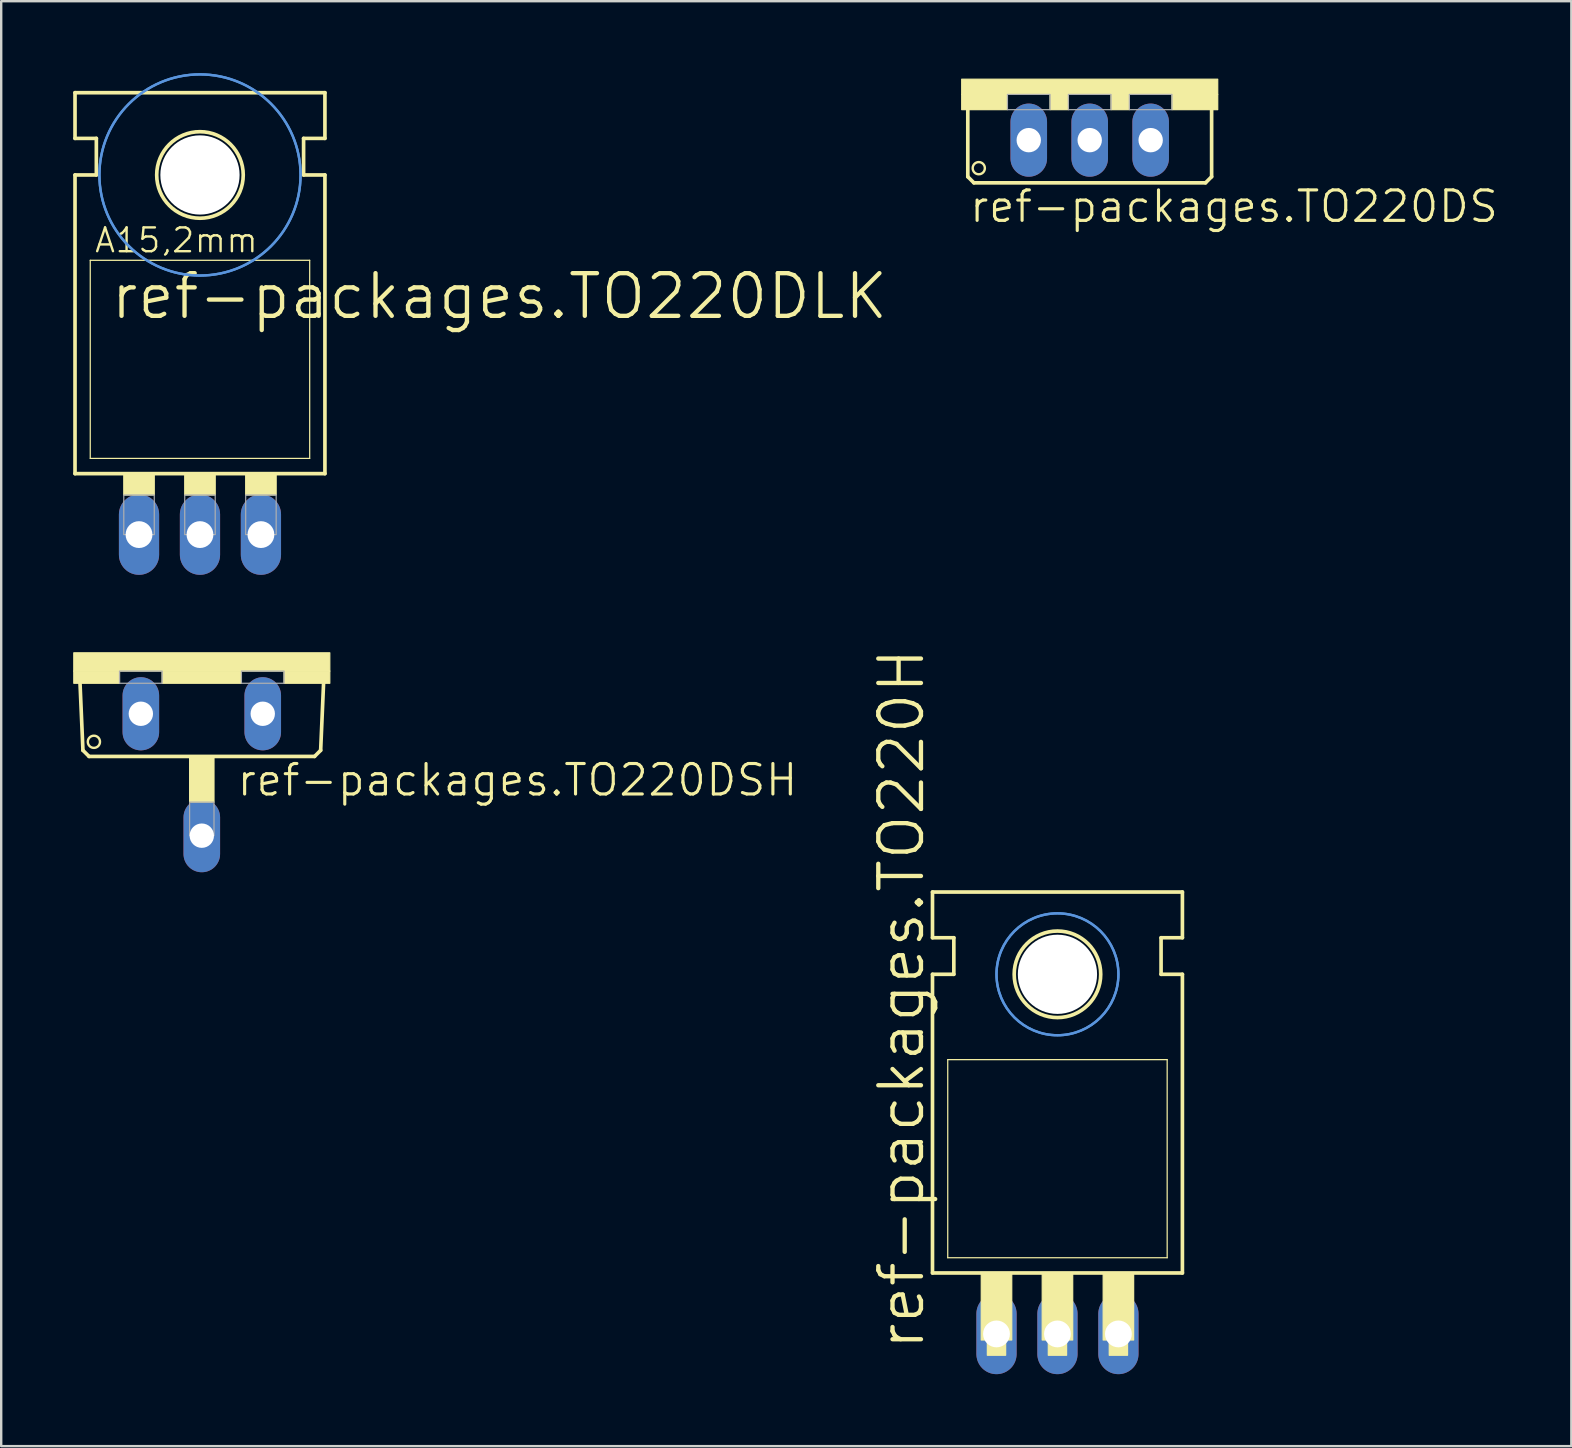
<source format=kicad_pcb>
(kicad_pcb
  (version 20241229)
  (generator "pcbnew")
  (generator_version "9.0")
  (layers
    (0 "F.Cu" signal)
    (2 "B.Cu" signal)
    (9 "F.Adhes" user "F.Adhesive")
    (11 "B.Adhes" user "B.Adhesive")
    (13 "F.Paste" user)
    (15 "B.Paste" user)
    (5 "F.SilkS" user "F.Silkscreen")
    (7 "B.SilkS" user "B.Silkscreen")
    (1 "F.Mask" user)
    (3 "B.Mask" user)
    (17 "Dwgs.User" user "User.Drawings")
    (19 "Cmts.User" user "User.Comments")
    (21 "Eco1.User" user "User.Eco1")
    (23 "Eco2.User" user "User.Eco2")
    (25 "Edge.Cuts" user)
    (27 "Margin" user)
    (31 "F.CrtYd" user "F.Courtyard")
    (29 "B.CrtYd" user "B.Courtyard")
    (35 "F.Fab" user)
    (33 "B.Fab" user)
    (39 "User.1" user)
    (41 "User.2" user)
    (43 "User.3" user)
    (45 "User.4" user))
  (footprint "ref-packages.TO220DSH"
    (layer "F.Cu")
    (at 5.359 24.153)
    (property "Reference" "ref-packages.TO220DSH" (at 1.397 6.045 0) (layer "F.SilkS") (effects (font (size 1.27 1.27) (thickness 0.13)) (justify left bottom)))
    (attr through_hole)
    (fp_line (start -4.953 4.064) (end -5.08 1.143) (stroke (width 0.152) (type default)) (layer "F.SilkS"))
    (fp_line (start -4.953 4.064) (end -4.699 4.318) (stroke (width 0.152) (type default)) (layer "F.SilkS"))
    (fp_line (start 4.699 4.318) (end -4.699 4.318) (stroke (width 0.152) (type default)) (layer "F.SilkS"))
    (fp_line (start 4.699 4.318) (end 4.953 4.064) (stroke (width 0.152) (type default)) (layer "F.SilkS"))
    (fp_line (start 5.08 1.143) (end 4.953 4.064) (stroke (width 0.152) (type default)) (layer "F.SilkS"))
    (fp_rect (start -5.334 0.762) (end 5.334 0) (stroke (width 0.05) (type default)) (fill yes) (layer "F.SilkS"))
    (fp_rect (start -5.334 1.27) (end -3.429 0.762) (stroke (width 0.05) (type default)) (fill yes) (layer "F.SilkS"))
    (fp_rect (start -1.651 1.27) (end 1.651 0.762) (stroke (width 0.05) (type default)) (fill yes) (layer "F.SilkS"))
    (fp_rect (start -0.508 6.223) (end 0.508 4.318) (stroke (width 0.05) (type default)) (fill yes) (layer "F.SilkS"))
    (fp_rect (start 3.429 1.27) (end 5.334 0.762) (stroke (width 0.05) (type default)) (fill yes) (layer "F.SilkS"))
    (fp_circle (center -4.496 3.708) (end -4.242 3.708) (stroke (width 0.1) (type default)) (fill no) (layer "F.SilkS"))
    (fp_rect (start -3.429 1.27) (end -1.651 0.762) (stroke (width 0.05) (type default)) (fill no) (layer "F.Fab"))
    (fp_rect (start -0.508 7.62) (end 0.508 6.223) (stroke (width 0.05) (type default)) (fill no) (layer "F.Fab"))
    (fp_rect (start 1.651 1.27) (end 3.429 0.762) (stroke (width 0.05) (type default)) (fill no) (layer "F.Fab"))
    (pad "A1" thru_hole oval (at -2.54 2.54 90) (size 3.048 1.524) (drill 1.016) (layers "*.Cu" "*.Mask"))
    (pad "A2" thru_hole oval (at 0 7.62 90) (size 3.048 1.524) (drill 1.016) (layers "*.Cu" "*.Mask"))
    (pad "G" thru_hole oval (at 2.54 2.54 90) (size 3.048 1.524) (drill 1.016) (layers "*.Cu" "*.Mask")))
  (footprint "ref-packages.TO220DS"
    (layer "F.Cu")
    (at 42.359 0.25)
    (property "Reference" "ref-packages.TO220DS" (at -5.08 6.045 0) (layer "F.SilkS") (effects (font (size 1.27 1.27) (thickness 0.13)) (justify left bottom)))
    (attr through_hole)
    (fp_line (start -5.08 4.064) (end -5.08 1.143) (stroke (width 0.152) (type default)) (layer "F.SilkS"))
    (fp_line (start -5.08 4.064) (end -4.826 4.318) (stroke (width 0.152) (type default)) (layer "F.SilkS"))
    (fp_line (start 4.826 4.318) (end -4.826 4.318) (stroke (width 0.152) (type default)) (layer "F.SilkS"))
    (fp_line (start 4.826 4.318) (end 5.08 4.064) (stroke (width 0.152) (type default)) (layer "F.SilkS"))
    (fp_line (start 5.08 1.143) (end 5.08 4.064) (stroke (width 0.152) (type default)) (layer "F.SilkS"))
    (fp_rect (start -5.334 0.635) (end 5.334 0) (stroke (width 0.05) (type default)) (fill yes) (layer "F.SilkS"))
    (fp_rect (start -5.334 1.27) (end -3.429 0.635) (stroke (width 0.05) (type default)) (fill yes) (layer "F.SilkS"))
    (fp_rect (start -1.651 1.27) (end -0.889 0.635) (stroke (width 0.05) (type default)) (fill yes) (layer "F.SilkS"))
    (fp_rect (start 0.889 1.27) (end 1.651 0.635) (stroke (width 0.05) (type default)) (fill yes) (layer "F.SilkS"))
    (fp_rect (start 3.429 1.27) (end 5.334 0.635) (stroke (width 0.05) (type default)) (fill yes) (layer "F.SilkS"))
    (fp_circle (center -4.623 3.708) (end -4.369 3.708) (stroke (width 0.1) (type default)) (fill no) (layer "F.SilkS"))
    (fp_rect (start -3.429 1.27) (end -1.651 0.635) (stroke (width 0.05) (type default)) (fill no) (layer "F.Fab"))
    (fp_rect (start -0.889 1.27) (end 0.889 0.635) (stroke (width 0.05) (type default)) (fill no) (layer "F.Fab"))
    (fp_rect (start 1.651 1.27) (end 3.429 0.635) (stroke (width 0.05) (type default)) (fill no) (layer "F.Fab"))
    (pad "A1" thru_hole oval (at -2.54 2.54 90) (size 3.048 1.524) (drill 1.016) (layers "*.Cu" "*.Mask"))
    (pad "A2" thru_hole oval (at 0 2.54 90) (size 3.048 1.524) (drill 1.016) (layers "*.Cu" "*.Mask"))
    (pad "G" thru_hole oval (at 2.54 2.54 90) (size 3.048 1.524) (drill 1.016) (layers "*.Cu" "*.Mask")))
  (footprint "ref-packages.TO220DLK"
    (layer "F.Cu")
    (at 5.283 15.417)
    (property "Reference" "ref-packages.TO220DLK" (at -3.81 -5.08 0) (layer "F.SilkS") (effects (font (size 1.778 1.778) (thickness 0.18)) (justify left bottom)))
    (attr through_hole)
    (fp_line (start -5.207 -12.7) (end -5.207 -14.605) (stroke (width 0.152) (type default)) (layer "F.SilkS"))
    (fp_line (start -5.207 -11.176) (end -4.318 -11.176) (stroke (width 0.152) (type default)) (layer "F.SilkS"))
    (fp_line (start -5.207 1.27) (end -5.207 -11.176) (stroke (width 0.152) (type default)) (layer "F.SilkS"))
    (fp_line (start -5.207 1.27) (end 5.207 1.27) (stroke (width 0.152) (type default)) (layer "F.SilkS"))
    (fp_line (start -4.572 0.635) (end -4.572 -7.62) (stroke (width 0.051) (type default)) (layer "F.SilkS"))
    (fp_line (start -4.572 0.635) (end 4.572 0.635) (stroke (width 0.051) (type default)) (layer "F.SilkS"))
    (fp_line (start -4.318 -12.7) (end -5.207 -12.7) (stroke (width 0.152) (type default)) (layer "F.SilkS"))
    (fp_line (start -4.318 -11.176) (end -4.318 -12.7) (stroke (width 0.152) (type default)) (layer "F.SilkS"))
    (fp_line (start 4.318 -12.7) (end 5.207 -12.7) (stroke (width 0.152) (type default)) (layer "F.SilkS"))
    (fp_line (start 4.318 -11.176) (end 4.318 -12.7) (stroke (width 0.152) (type default)) (layer "F.SilkS"))
    (fp_line (start 4.572 -7.62) (end -4.572 -7.62) (stroke (width 0.051) (type default)) (layer "F.SilkS"))
    (fp_line (start 4.572 -7.62) (end 4.572 0.635) (stroke (width 0.051) (type default)) (layer "F.SilkS"))
    (fp_line (start 5.207 -14.605) (end -5.207 -14.605) (stroke (width 0.152) (type default)) (layer "F.SilkS"))
    (fp_line (start 5.207 -12.7) (end 5.207 -14.605) (stroke (width 0.152) (type default)) (layer "F.SilkS"))
    (fp_line (start 5.207 -11.176) (end 4.318 -11.176) (stroke (width 0.152) (type default)) (layer "F.SilkS"))
    (fp_line (start 5.207 1.27) (end 5.207 -11.176) (stroke (width 0.152) (type default)) (layer "F.SilkS"))
    (fp_rect (start -3.175 2.159) (end -1.905 1.27) (stroke (width 0.05) (type default)) (fill yes) (layer "F.SilkS"))
    (fp_rect (start -0.635 2.159) (end 0.635 1.27) (stroke (width 0.05) (type default)) (fill yes) (layer "F.SilkS"))
    (fp_rect (start 1.905 2.159) (end 3.175 1.27) (stroke (width 0.05) (type default)) (fill yes) (layer "F.SilkS"))
    (fp_circle (center 0 -11.176) (end 1.803 -11.176) (stroke (width 0.152) (type default)) (fill no) (layer "F.SilkS"))
    (fp_circle (center 0 -11.176) (end 4.191 -11.176) (stroke (width 0.1) (type default)) (fill no) (layer "Cmts.User"))
    (fp_circle (center 0 -11.176) (end 4.191 -11.176) (stroke (width 0.1) (type default)) (fill no) (layer "Cmts.User"))
    (fp_rect (start -3.175 3.81) (end -1.905 2.159) (stroke (width 0.05) (type default)) (fill no) (layer "F.Fab"))
    (fp_rect (start -0.635 3.81) (end 0.635 2.159) (stroke (width 0.05) (type default)) (fill no) (layer "F.Fab"))
    (fp_rect (start 1.905 3.81) (end 3.175 2.159) (stroke (width 0.05) (type default)) (fill no) (layer "F.Fab"))
    (fp_text user "A15,2mm" (at -4.445 -7.874 0) (layer "F.SilkS") (effects (font (size 0.991 0.991) (thickness 0.1)) (justify left bottom)))
    (pad "" np_thru_hole circle (at 0 -11.176) (size 3.302 3.302) (drill 3.302) (layers "*.Cu" "*.Mask"))
    (pad "A1" thru_hole oval (at -2.54 3.81 90) (size 3.353 1.676) (drill 1.118) (layers "*.Cu" "*.Mask"))
    (pad "A2" thru_hole oval (at 0 3.81 90) (size 3.353 1.676) (drill 1.118) (layers "*.Cu" "*.Mask"))
    (pad "G" thru_hole oval (at 2.54 3.81 90) (size 3.353 1.676) (drill 1.118) (layers "*.Cu" "*.Mask")))
  (footprint "ref-packages.TO220H"
    (layer "F.Cu")
    (at 41.015 42.376)
    (property "Reference" "ref-packages.TO220H" (at -5.461 10.922 90) (layer "F.SilkS") (effects (font (size 1.778 1.778) (thickness 0.18)) (justify left bottom)))
    (attr through_hole)
    (fp_line (start -5.207 -6.35) (end -5.207 -8.255) (stroke (width 0.152) (type default)) (layer "F.SilkS"))
    (fp_line (start -5.207 -4.826) (end -4.318 -4.826) (stroke (width 0.152) (type default)) (layer "F.SilkS"))
    (fp_line (start -5.207 7.62) (end -5.207 -4.826) (stroke (width 0.152) (type default)) (layer "F.SilkS"))
    (fp_line (start -5.207 7.62) (end 5.207 7.62) (stroke (width 0.152) (type default)) (layer "F.SilkS"))
    (fp_line (start -4.572 6.985) (end -4.572 -1.27) (stroke (width 0.051) (type default)) (layer "F.SilkS"))
    (fp_line (start -4.572 6.985) (end 4.572 6.985) (stroke (width 0.051) (type default)) (layer "F.SilkS"))
    (fp_line (start -4.318 -6.35) (end -5.207 -6.35) (stroke (width 0.152) (type default)) (layer "F.SilkS"))
    (fp_line (start -4.318 -4.826) (end -4.318 -6.35) (stroke (width 0.152) (type default)) (layer "F.SilkS"))
    (fp_line (start 4.318 -6.35) (end 5.207 -6.35) (stroke (width 0.152) (type default)) (layer "F.SilkS"))
    (fp_line (start 4.318 -4.826) (end 4.318 -6.35) (stroke (width 0.152) (type default)) (layer "F.SilkS"))
    (fp_line (start 4.572 -1.27) (end -4.572 -1.27) (stroke (width 0.051) (type default)) (layer "F.SilkS"))
    (fp_line (start 4.572 -1.27) (end 4.572 6.985) (stroke (width 0.051) (type default)) (layer "F.SilkS"))
    (fp_line (start 5.207 -8.255) (end -5.207 -8.255) (stroke (width 0.152) (type default)) (layer "F.SilkS"))
    (fp_line (start 5.207 -6.35) (end 5.207 -8.255) (stroke (width 0.152) (type default)) (layer "F.SilkS"))
    (fp_line (start 5.207 -4.826) (end 4.318 -4.826) (stroke (width 0.152) (type default)) (layer "F.SilkS"))
    (fp_line (start 5.207 7.62) (end 5.207 -4.826) (stroke (width 0.152) (type default)) (layer "F.SilkS"))
    (fp_rect (start -3.175 10.414) (end -1.905 7.62) (stroke (width 0.05) (type default)) (fill yes) (layer "F.SilkS"))
    (fp_rect (start -2.921 11.049) (end -2.159 10.414) (stroke (width 0.05) (type default)) (fill yes) (layer "F.SilkS"))
    (fp_rect (start -0.635 10.414) (end 0.635 7.62) (stroke (width 0.05) (type default)) (fill yes) (layer "F.SilkS"))
    (fp_rect (start -0.381 11.049) (end 0.381 10.414) (stroke (width 0.05) (type default)) (fill yes) (layer "F.SilkS"))
    (fp_rect (start 1.905 10.414) (end 3.175 7.62) (stroke (width 0.05) (type default)) (fill yes) (layer "F.SilkS"))
    (fp_rect (start 2.159 11.049) (end 2.921 10.414) (stroke (width 0.05) (type default)) (fill yes) (layer "F.SilkS"))
    (fp_circle (center 0 -4.826) (end 1.803 -4.826) (stroke (width 0.152) (type default)) (fill no) (layer "F.SilkS"))
    (fp_circle (center 0 -4.826) (end 2.54 -4.826) (stroke (width 0.1) (type default)) (fill no) (layer "Cmts.User"))
    (fp_circle (center 0 -4.826) (end 2.54 -4.826) (stroke (width 0.1) (type default)) (fill no) (layer "Cmts.User"))
    (pad "" np_thru_hole circle (at 0 -4.826) (size 3.302 3.302) (drill 3.302) (layers "*.Cu" "*.Mask"))
    (pad "1" thru_hole oval (at -2.54 10.16 90) (size 3.353 1.676) (drill 1.118) (layers "*.Cu" "*.Mask"))
    (pad "2" thru_hole oval (at 0 10.16 90) (size 3.353 1.676) (drill 1.118) (layers "*.Cu" "*.Mask"))
    (pad "3" thru_hole oval (at 2.54 10.16 90) (size 3.353 1.676) (drill 1.118) (layers "*.Cu" "*.Mask")))
  (gr_rect
    (start -3 -3)
    (end 62.429 57.212)
    (stroke (width 0.1) (type default))
    (fill no)
    (layer "Edge.Cuts")))
</source>
